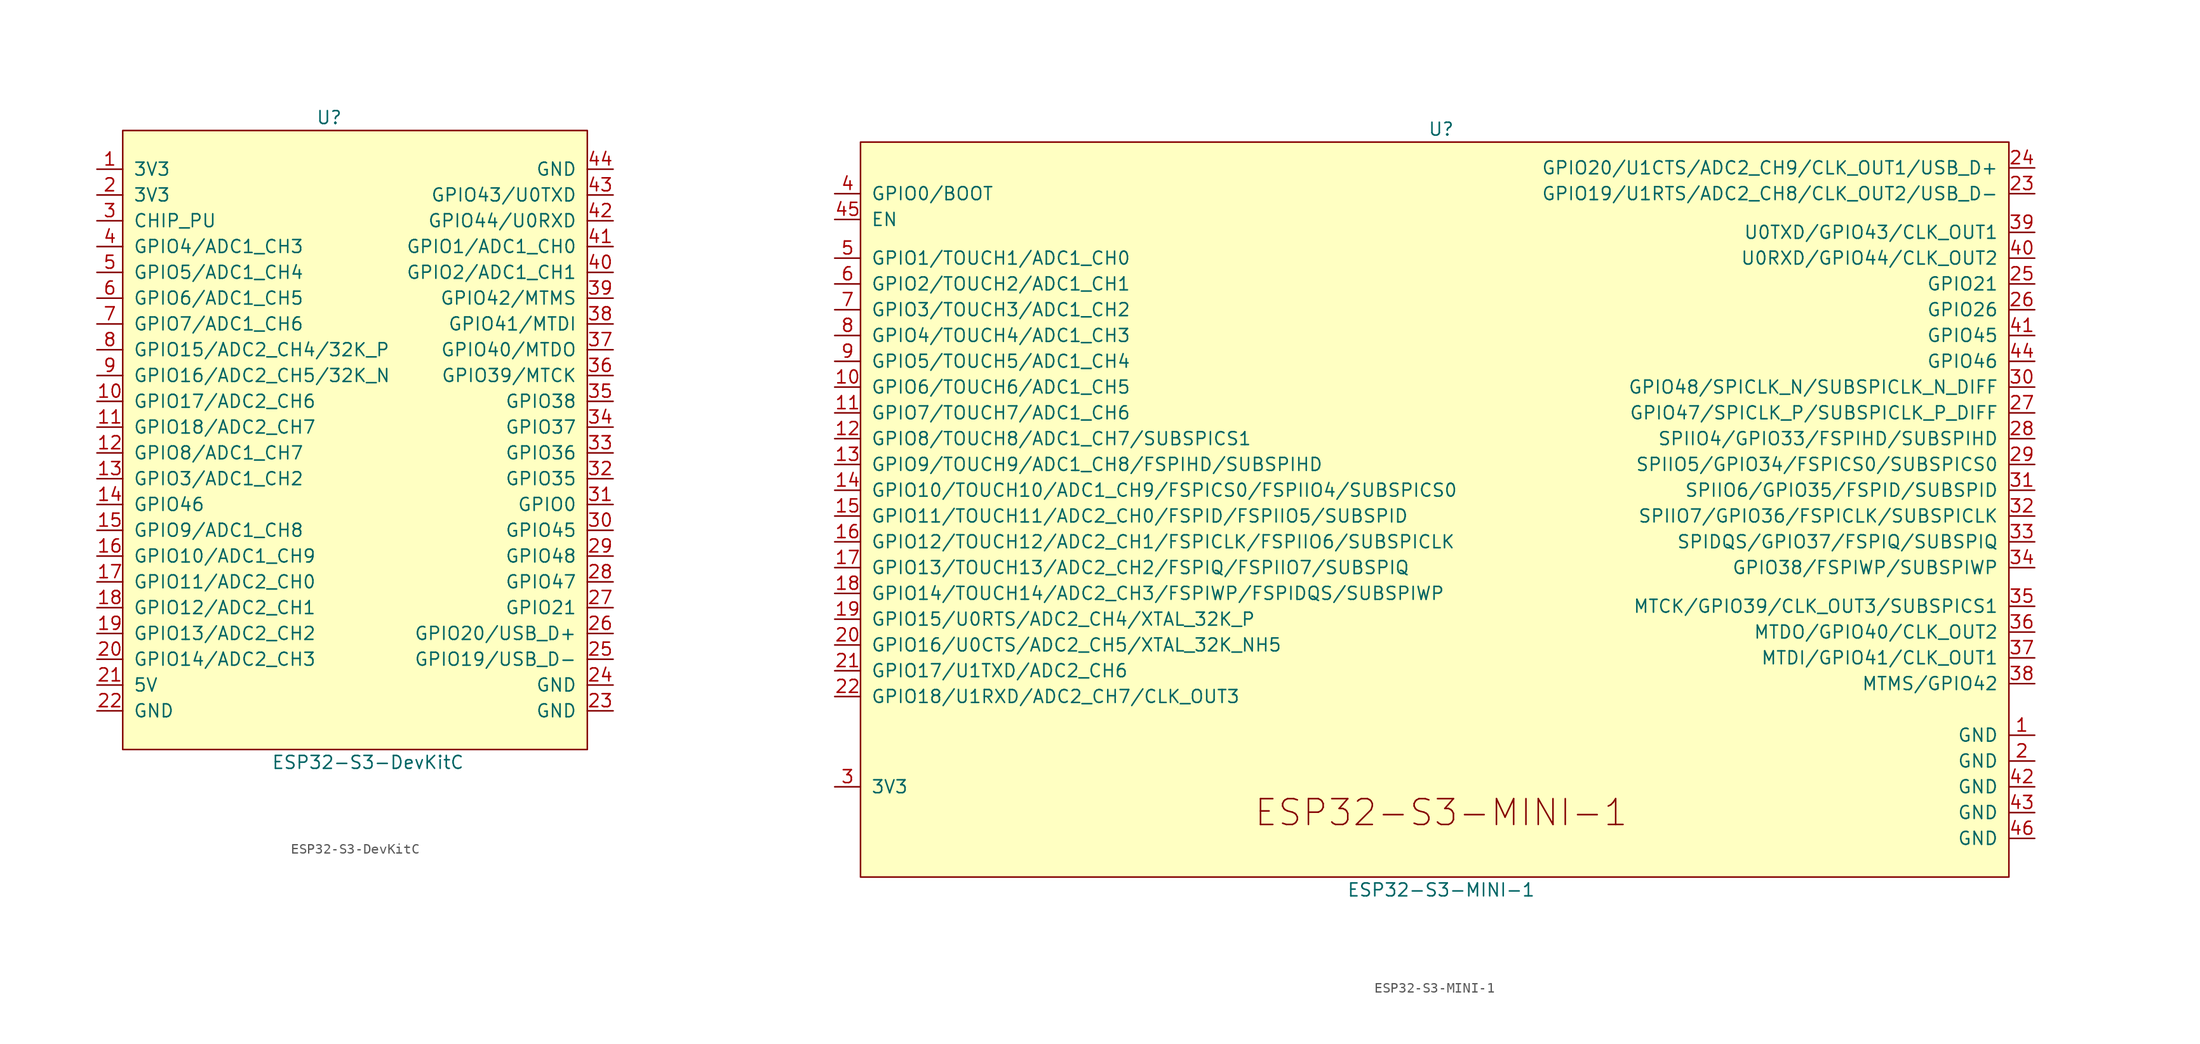
<source format=kicad_sym>
(kicad_symbol_lib
  (version 20220914)
  (generator kicad_symbol_editor)
  (symbol "ESP32-S3-DevKitC"
    (pin_names
      (offset 1.016))
    (property "Reference" "U"
      (at -2.54 30.48 0)
      (effects (font (size 1.27 1.27))))
    (property "Value" "ESP32-S3-DevKitC"
      (at 1.27 -33.02 0)
      (effects (font (size 1.27 1.27))))
    (symbol "ESP32-S3-DevKitC_0_0"
      (pin bidirectional line (at -25.4 -7.62 0) (length 2.54) (name "GPIO46" (effects (font (size 1.27 1.27)))) (number "14" (effects (font (size 1.27 1.27)))))
      (pin bidirectional line (at -25.4 -20.32 0) (length 2.54) (name "GPIO13/ADC2_CH2" (effects (font (size 1.27 1.27)))) (number "19" (effects (font (size 1.27 1.27)))))
      (pin power_in line (at -25.4 22.86 0) (length 2.54) (name "3V3" (effects (font (size 1.27 1.27)))) (number "2" (effects (font (size 1.27 1.27)))))
      (pin bidirectional line (at 25.4 12.7 180) (length 2.54) (name "GPIO42/MTMS" (effects (font (size 1.27 1.27)))) (number "39" (effects (font (size 1.27 1.27)))))
      (pin bidirectional line (at 25.4 15.24 180) (length 2.54) (name "GPIO2/ADC1_CH1" (effects (font (size 1.27 1.27)))) (number "40" (effects (font (size 1.27 1.27)))))
      (pin bidirectional line (at 25.4 17.78 180) (length 2.54) (name "GPIO1/ADC1_CH0" (effects (font (size 1.27 1.27)))) (number "41" (effects (font (size 1.27 1.27)))))
      (pin bidirectional line (at 25.4 20.32 180) (length 2.54) (name "GPIO44/U0RXD" (effects (font (size 1.27 1.27)))) (number "42" (effects (font (size 1.27 1.27)))))
      (pin bidirectional line (at 25.4 22.86 180) (length 2.54) (name "GPIO43/U0TXD" (effects (font (size 1.27 1.27)))) (number "43" (effects (font (size 1.27 1.27)))))
      (pin power_in line (at 25.4 25.4 180) (length 2.54) (name "GND" (effects (font (size 1.27 1.27)))) (number "44" (effects (font (size 1.27 1.27))))))
    (symbol "ESP32-S3-DevKitC_0_1"
      (rectangle (start 22.86 -31.75) (end -22.86 29.21) (stroke (width 0) (type default)) (fill (type background))))
    (symbol "ESP32-S3-DevKitC_1_1"
      (pin power_in line (at -25.4 25.4 0) (length 2.54) (name "3V3" (effects (font (size 1.27 1.27)))) (number "1" (effects (font (size 1.27 1.27)))))
      (pin bidirectional line (at -25.4 2.54 0) (length 2.54) (name "GPIO17/ADC2_CH6" (effects (font (size 1.27 1.27)))) (number "10" (effects (font (size 1.27 1.27)))))
      (pin bidirectional line (at -25.4 0 0) (length 2.54) (name "GPIO18/ADC2_CH7" (effects (font (size 1.27 1.27)))) (number "11" (effects (font (size 1.27 1.27)))))
      (pin bidirectional line (at -25.4 -2.54 0) (length 2.54) (name "GPIO8/ADC1_CH7" (effects (font (size 1.27 1.27)))) (number "12" (effects (font (size 1.27 1.27)))))
      (pin bidirectional line (at -25.4 -5.08 0) (length 2.54) (name "GPIO3/ADC1_CH2" (effects (font (size 1.27 1.27)))) (number "13" (effects (font (size 1.27 1.27)))))
      (pin bidirectional line (at -25.4 -10.16 0) (length 2.54) (name "GPIO9/ADC1_CH8" (effects (font (size 1.27 1.27)))) (number "15" (effects (font (size 1.27 1.27)))))
      (pin bidirectional line (at -25.4 -12.7 0) (length 2.54) (name "GPIO10/ADC1_CH9" (effects (font (size 1.27 1.27)))) (number "16" (effects (font (size 1.27 1.27)))))
      (pin bidirectional line (at -25.4 -15.24 0) (length 2.54) (name "GPIO11/ADC2_CH0" (effects (font (size 1.27 1.27)))) (number "17" (effects (font (size 1.27 1.27)))))
      (pin bidirectional line (at -25.4 -17.78 0) (length 2.54) (name "GPIO12/ADC2_CH1" (effects (font (size 1.27 1.27)))) (number "18" (effects (font (size 1.27 1.27)))))
      (pin bidirectional line (at -25.4 -22.86 0) (length 2.54) (name "GPIO14/ADC2_CH3" (effects (font (size 1.27 1.27)))) (number "20" (effects (font (size 1.27 1.27)))))
      (pin power_in line (at -25.4 -25.4 0) (length 2.54) (name "5V" (effects (font (size 1.27 1.27)))) (number "21" (effects (font (size 1.27 1.27)))))
      (pin power_in line (at -25.4 -27.94 0) (length 2.54) (name "GND" (effects (font (size 1.27 1.27)))) (number "22" (effects (font (size 1.27 1.27)))))
      (pin power_in line (at 25.4 -27.94 180) (length 2.54) (name "GND" (effects (font (size 1.27 1.27)))) (number "23" (effects (font (size 1.27 1.27)))))
      (pin power_in line (at 25.4 -25.4 180) (length 2.54) (name "GND" (effects (font (size 1.27 1.27)))) (number "24" (effects (font (size 1.27 1.27)))))
      (pin bidirectional line (at 25.4 -22.86 180) (length 2.54) (name "GPIO19/USB_D-" (effects (font (size 1.27 1.27)))) (number "25" (effects (font (size 1.27 1.27)))))
      (pin bidirectional line (at 25.4 -20.32 180) (length 2.54) (name "GPIO20/USB_D+" (effects (font (size 1.27 1.27)))) (number "26" (effects (font (size 1.27 1.27)))))
      (pin bidirectional line (at 25.4 -17.78 180) (length 2.54) (name "GPIO21" (effects (font (size 1.27 1.27)))) (number "27" (effects (font (size 1.27 1.27)))))
      (pin bidirectional line (at 25.4 -15.24 180) (length 2.54) (name "GPIO47" (effects (font (size 1.27 1.27)))) (number "28" (effects (font (size 1.27 1.27)))))
      (pin bidirectional line (at 25.4 -12.7 180) (length 2.54) (name "GPIO48" (effects (font (size 1.27 1.27)))) (number "29" (effects (font (size 1.27 1.27)))))
      (pin input line (at -25.4 20.32 0) (length 2.54) (name "CHIP_PU" (effects (font (size 1.27 1.27)))) (number "3" (effects (font (size 1.27 1.27)))))
      (pin bidirectional line (at 25.4 -10.16 180) (length 2.54) (name "GPIO45" (effects (font (size 1.27 1.27)))) (number "30" (effects (font (size 1.27 1.27)))))
      (pin bidirectional line (at 25.4 -7.62 180) (length 2.54) (name "GPIO0" (effects (font (size 1.27 1.27)))) (number "31" (effects (font (size 1.27 1.27)))))
      (pin bidirectional line (at 25.4 -5.08 180) (length 2.54) (name "GPIO35" (effects (font (size 1.27 1.27)))) (number "32" (effects (font (size 1.27 1.27)))))
      (pin bidirectional line (at 25.4 -2.54 180) (length 2.54) (name "GPIO36" (effects (font (size 1.27 1.27)))) (number "33" (effects (font (size 1.27 1.27)))))
      (pin bidirectional line (at 25.4 0 180) (length 2.54) (name "GPIO37" (effects (font (size 1.27 1.27)))) (number "34" (effects (font (size 1.27 1.27)))))
      (pin bidirectional line (at 25.4 2.54 180) (length 2.54) (name "GPIO38" (effects (font (size 1.27 1.27)))) (number "35" (effects (font (size 1.27 1.27)))))
      (pin bidirectional line (at 25.4 5.08 180) (length 2.54) (name "GPIO39/MTCK" (effects (font (size 1.27 1.27)))) (number "36" (effects (font (size 1.27 1.27)))))
      (pin bidirectional line (at 25.4 7.62 180) (length 2.54) (name "GPIO40/MTDO" (effects (font (size 1.27 1.27)))) (number "37" (effects (font (size 1.27 1.27)))))
      (pin bidirectional line (at 25.4 10.16 180) (length 2.54) (name "GPIO41/MTDI" (effects (font (size 1.27 1.27)))) (number "38" (effects (font (size 1.27 1.27)))))
      (pin bidirectional line (at -25.4 17.78 0) (length 2.54) (name "GPIO4/ADC1_CH3" (effects (font (size 1.27 1.27)))) (number "4" (effects (font (size 1.27 1.27)))))
      (pin bidirectional line (at -25.4 15.24 0) (length 2.54) (name "GPIO5/ADC1_CH4" (effects (font (size 1.27 1.27)))) (number "5" (effects (font (size 1.27 1.27)))))
      (pin bidirectional line (at -25.4 12.7 0) (length 2.54) (name "GPIO6/ADC1_CH5" (effects (font (size 1.27 1.27)))) (number "6" (effects (font (size 1.27 1.27)))))
      (pin bidirectional line (at -25.4 10.16 0) (length 2.54) (name "GPIO7/ADC1_CH6" (effects (font (size 1.27 1.27)))) (number "7" (effects (font (size 1.27 1.27)))))
      (pin bidirectional line (at -25.4 7.62 0) (length 2.54) (name "GPIO15/ADC2_CH4/32K_P" (effects (font (size 1.27 1.27)))) (number "8" (effects (font (size 1.27 1.27)))))
      (pin bidirectional line (at -25.4 5.08 0) (length 2.54) (name "GPIO16/ADC2_CH5/32K_N" (effects (font (size 1.27 1.27)))) (number "9" (effects (font (size 1.27 1.27)))))))
  (symbol "ESP32-S3-MINI-1"
    (pin_names
      (offset 1.016))
    (property "Reference" "U"
      (at 0 35.56 0)
      (effects (font (size 1.27 1.27))))
    (property "Value" "ESP32-S3-MINI-1"
      (at 0 -39.37 0)
      (effects (font (size 1.27 1.27))))
    (symbol "ESP32-S3-MINI-1_0_0"
      (rectangle (start -57.15 34.29) (end 55.88 -38.1) (stroke (width 0) (type default)) (fill (type background)))
      (text "ESP32-S3-MINI-1" (at 0 -31.75 0) (effects (font (size 2.54 2.54))))
      (pin power_in line (at 58.42 -24.13 180) (length 2.54) (name "GND" (effects (font (size 1.27 1.27)))) (number "1" (effects (font (size 1.27 1.27)))))
      (pin bidirectional line (at -59.69 10.16 0) (length 2.54) (name "GPIO6/TOUCH6/ADC1_CH5" (effects (font (size 1.27 1.27)))) (number "10" (effects (font (size 1.27 1.27)))))
      (pin bidirectional line (at -59.69 7.62 0) (length 2.54) (name "GPIO7/TOUCH7/ADC1_CH6" (effects (font (size 1.27 1.27)))) (number "11" (effects (font (size 1.27 1.27)))))
      (pin bidirectional line (at -59.69 5.08 0) (length 2.54) (name "GPIO8/TOUCH8/ADC1_CH7/SUBSPICS1" (effects (font (size 1.27 1.27)))) (number "12" (effects (font (size 1.27 1.27)))))
      (pin bidirectional line (at -59.69 2.54 0) (length 2.54) (name "GPIO9/TOUCH9/ADC1_CH8/FSPIHD/SUBSPIHD" (effects (font (size 1.27 1.27)))) (number "13" (effects (font (size 1.27 1.27)))))
      (pin bidirectional line (at -59.69 0 0) (length 2.54) (name "GPIO10/TOUCH10/ADC1_CH9/FSPICS0/FSPIIO4/SUBSPICS0" (effects (font (size 1.27 1.27)))) (number "14" (effects (font (size 1.27 1.27)))))
      (pin bidirectional line (at -59.69 -2.54 0) (length 2.54) (name "GPIO11/TOUCH11/ADC2_CH0/FSPID/FSPIIO5/SUBSPID" (effects (font (size 1.27 1.27)))) (number "15" (effects (font (size 1.27 1.27)))))
      (pin bidirectional line (at -59.69 -5.08 0) (length 2.54) (name "GPIO12/TOUCH12/ADC2_CH1/FSPICLK/FSPIIO6/SUBSPICLK" (effects (font (size 1.27 1.27)))) (number "16" (effects (font (size 1.27 1.27)))))
      (pin bidirectional line (at -59.69 -7.62 0) (length 2.54) (name "GPIO13/TOUCH13/ADC2_CH2/FSPIQ/FSPIIO7/SUBSPIQ" (effects (font (size 1.27 1.27)))) (number "17" (effects (font (size 1.27 1.27)))))
      (pin bidirectional line (at -59.69 -10.16 0) (length 2.54) (name "GPIO14/TOUCH14/ADC2_CH3/FSPIWP/FSPIDQS/SUBSPIWP" (effects (font (size 1.27 1.27)))) (number "18" (effects (font (size 1.27 1.27)))))
      (pin bidirectional line (at -59.69 -12.7 0) (length 2.54) (name "GPIO15/U0RTS/ADC2_CH4/XTAL_32K_P" (effects (font (size 1.27 1.27)))) (number "19" (effects (font (size 1.27 1.27)))))
      (pin power_in line (at 58.42 -26.67 180) (length 2.54) (name "GND" (effects (font (size 1.27 1.27)))) (number "2" (effects (font (size 1.27 1.27)))))
      (pin bidirectional line (at -59.69 -15.24 0) (length 2.54) (name "GPIO16/U0CTS/ADC2_CH5/XTAL_32K_NH5" (effects (font (size 1.27 1.27)))) (number "20" (effects (font (size 1.27 1.27)))))
      (pin bidirectional line (at -59.69 -17.78 0) (length 2.54) (name "GPIO17/U1TXD/ADC2_CH6" (effects (font (size 1.27 1.27)))) (number "21" (effects (font (size 1.27 1.27)))))
      (pin bidirectional line (at -59.69 -20.32 0) (length 2.54) (name "GPIO18/U1RXD/ADC2_CH7/CLK_OUT3" (effects (font (size 1.27 1.27)))) (number "22" (effects (font (size 1.27 1.27)))))
      (pin bidirectional line (at 58.42 29.21 180) (length 2.54) (name "GPIO19/U1RTS/ADC2_CH8/CLK_OUT2/USB_D-" (effects (font (size 1.27 1.27)))) (number "23" (effects (font (size 1.27 1.27)))))
      (pin bidirectional line (at 58.42 31.75 180) (length 2.54) (name "GPIO20/U1CTS/ADC2_CH9/CLK_OUT1/USB_D+" (effects (font (size 1.27 1.27)))) (number "24" (effects (font (size 1.27 1.27)))))
      (pin bidirectional line (at 58.42 20.32 180) (length 2.54) (name "GPIO21" (effects (font (size 1.27 1.27)))) (number "25" (effects (font (size 1.27 1.27)))))
      (pin bidirectional line (at 58.42 17.78 180) (length 2.54) (name "GPIO26" (effects (font (size 1.27 1.27)))) (number "26" (effects (font (size 1.27 1.27)))))
      (pin bidirectional line (at 58.42 7.62 180) (length 2.54) (name "GPIO47/SPICLK_P/SUBSPICLK_P_DIFF" (effects (font (size 1.27 1.27)))) (number "27" (effects (font (size 1.27 1.27)))))
      (pin bidirectional line (at 58.42 5.08 180) (length 2.54) (name "SPIIO4/GPIO33/FSPIHD/SUBSPIHD" (effects (font (size 1.27 1.27)))) (number "28" (effects (font (size 1.27 1.27)))))
      (pin bidirectional line (at 58.42 2.54 180) (length 2.54) (name "SPIIO5/GPIO34/FSPICS0/SUBSPICS0" (effects (font (size 1.27 1.27)))) (number "29" (effects (font (size 1.27 1.27)))))
      (pin power_in line (at -59.69 -29.21 0) (length 2.54) (name "3V3" (effects (font (size 1.27 1.27)))) (number "3" (effects (font (size 1.27 1.27)))))
      (pin bidirectional line (at 58.42 10.16 180) (length 2.54) (name "GPIO48/SPICLK_N/SUBSPICLK_N_DIFF" (effects (font (size 1.27 1.27)))) (number "30" (effects (font (size 1.27 1.27)))))
      (pin bidirectional line (at 58.42 0 180) (length 2.54) (name "SPIIO6/GPIO35/FSPID/SUBSPID" (effects (font (size 1.27 1.27)))) (number "31" (effects (font (size 1.27 1.27)))))
      (pin bidirectional line (at 58.42 -2.54 180) (length 2.54) (name "SPIIO7/GPIO36/FSPICLK/SUBSPICLK" (effects (font (size 1.27 1.27)))) (number "32" (effects (font (size 1.27 1.27)))))
      (pin bidirectional line (at 58.42 -5.08 180) (length 2.54) (name "SPIDQS/GPIO37/FSPIQ/SUBSPIQ" (effects (font (size 1.27 1.27)))) (number "33" (effects (font (size 1.27 1.27)))))
      (pin bidirectional line (at 58.42 -7.62 180) (length 2.54) (name "GPIO38/FSPIWP/SUBSPIWP" (effects (font (size 1.27 1.27)))) (number "34" (effects (font (size 1.27 1.27)))))
      (pin bidirectional line (at 58.42 -11.43 180) (length 2.54) (name "MTCK/GPIO39/CLK_OUT3/SUBSPICS1" (effects (font (size 1.27 1.27)))) (number "35" (effects (font (size 1.27 1.27)))))
      (pin bidirectional line (at 58.42 -13.97 180) (length 2.54) (name "MTDO/GPIO40/CLK_OUT2" (effects (font (size 1.27 1.27)))) (number "36" (effects (font (size 1.27 1.27)))))
      (pin bidirectional line (at 58.42 -16.51 180) (length 2.54) (name "MTDI/GPIO41/CLK_OUT1" (effects (font (size 1.27 1.27)))) (number "37" (effects (font (size 1.27 1.27)))))
      (pin bidirectional line (at 58.42 -19.05 180) (length 2.54) (name "MTMS/GPIO42" (effects (font (size 1.27 1.27)))) (number "38" (effects (font (size 1.27 1.27)))))
      (pin bidirectional line (at 58.42 25.4 180) (length 2.54) (name "U0TXD/GPIO43/CLK_OUT1" (effects (font (size 1.27 1.27)))) (number "39" (effects (font (size 1.27 1.27)))))
      (pin bidirectional line (at -59.69 29.21 0) (length 2.54) (name "GPIO0/BOOT" (effects (font (size 1.27 1.27)))) (number "4" (effects (font (size 1.27 1.27)))))
      (pin bidirectional line (at 58.42 22.86 180) (length 2.54) (name "U0RXD/GPIO44/CLK_OUT2" (effects (font (size 1.27 1.27)))) (number "40" (effects (font (size 1.27 1.27)))))
      (pin bidirectional line (at 58.42 15.24 180) (length 2.54) (name "GPIO45" (effects (font (size 1.27 1.27)))) (number "41" (effects (font (size 1.27 1.27)))))
      (pin power_in line (at 58.42 -29.21 180) (length 2.54) (name "GND" (effects (font (size 1.27 1.27)))) (number "42" (effects (font (size 1.27 1.27)))))
      (pin power_in line (at 58.42 -31.75 180) (length 2.54) (name "GND" (effects (font (size 1.27 1.27)))) (number "43" (effects (font (size 1.27 1.27)))))
      (pin bidirectional line (at 58.42 12.7 180) (length 2.54) (name "GPIO46" (effects (font (size 1.27 1.27)))) (number "44" (effects (font (size 1.27 1.27)))))
      (pin input line (at -59.69 26.67 0) (length 2.54) (name "EN" (effects (font (size 1.27 1.27)))) (number "45" (effects (font (size 1.27 1.27)))))
      (pin power_in line (at 58.42 -34.29 180) (length 2.54) (name "GND" (effects (font (size 1.27 1.27)))) (number "46" (effects (font (size 1.27 1.27)))))
      (pin bidirectional line (at -59.69 22.86 0) (length 2.54) (name "GPIO1/TOUCH1/ADC1_CH0" (effects (font (size 1.27 1.27)))) (number "5" (effects (font (size 1.27 1.27)))))
      (pin bidirectional line (at -59.69 20.32 0) (length 2.54) (name "GPIO2/TOUCH2/ADC1_CH1" (effects (font (size 1.27 1.27)))) (number "6" (effects (font (size 1.27 1.27)))))
      (pin bidirectional line (at -59.69 17.78 0) (length 2.54) (name "GPIO3/TOUCH3/ADC1_CH2" (effects (font (size 1.27 1.27)))) (number "7" (effects (font (size 1.27 1.27)))))
      (pin bidirectional line (at -59.69 15.24 0) (length 2.54) (name "GPIO4/TOUCH4/ADC1_CH3" (effects (font (size 1.27 1.27)))) (number "8" (effects (font (size 1.27 1.27)))))
      (pin bidirectional line (at -59.69 12.7 0) (length 2.54) (name "GPIO5/TOUCH5/ADC1_CH4" (effects (font (size 1.27 1.27)))) (number "9" (effects (font (size 1.27 1.27))))))))
</source>
